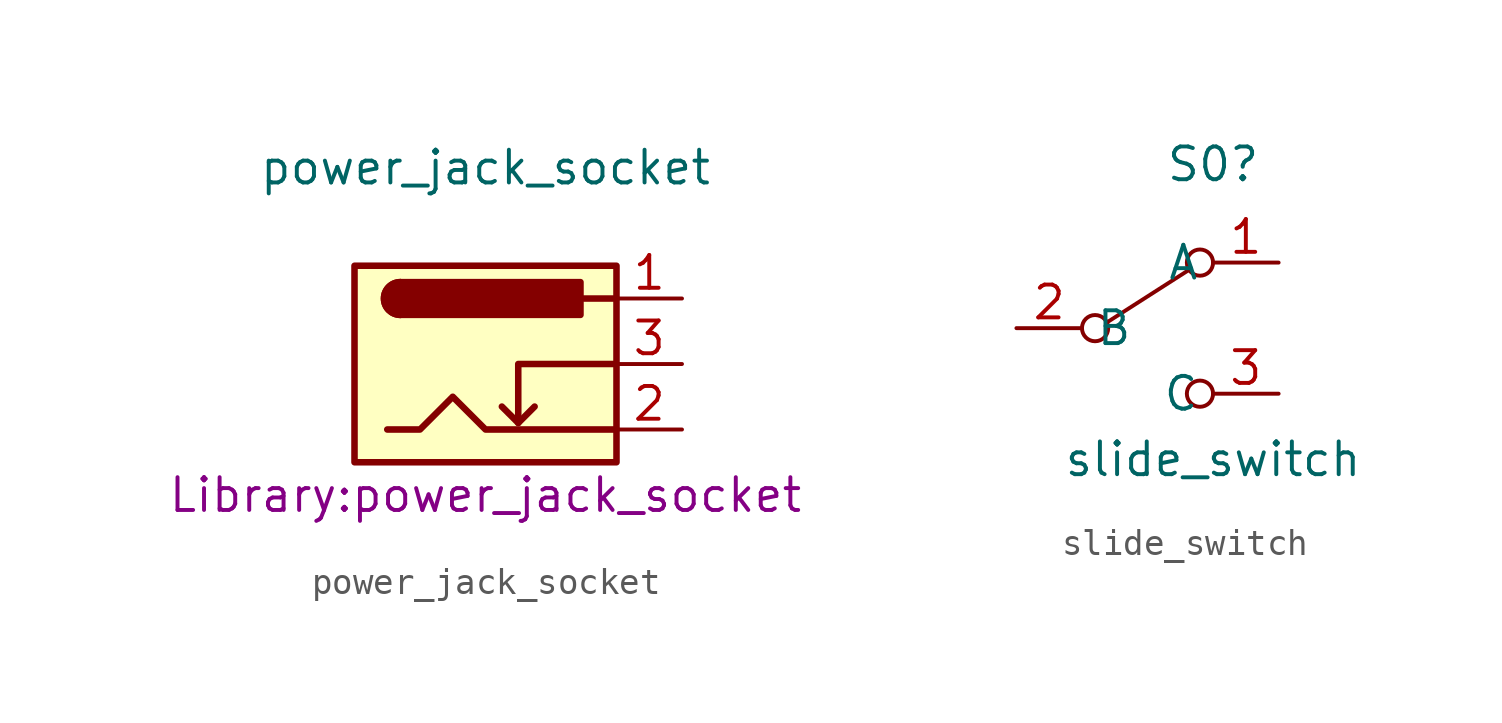
<source format=kicad_sym>
(kicad_symbol_lib
  (version 20211014)
  (generator kicad_symbol_editor)
  (symbol "power_jack_socket"
    (property "Reference" "J0"
      (at 0 3.81 0)
      (effects (font (size 1.27 1.27)) hide))
    (property "Value" "power_jack_socket"
      (at 0 6.35 0)
      (effects (font (size 1.27 1.27))))
    (property "Footprint" "Library:power_jack_socket"
      (at 0 -6.35 0)
      (effects (font (size 1.27 1.27))))
    (symbol "power_jack_socket_0_1"
      (rectangle (start -5.08 2.54) (end 5.08 -5.08) (stroke (width 0.254) (type default) (color 0 0 0 0)) (fill (type background)))
      (arc (start -3.302 1.905) (mid -3.937 1.27) (end -3.302 0.635) (stroke (width 0.254) (type default) (color 0 0 0 0)) (fill (type none)))
      (arc (start -3.302 1.905) (mid -3.937 1.27) (end -3.302 0.635) (stroke (width 0.254) (type default) (color 0 0 0 0)) (fill (type outline)))
      (polyline (pts (xy 1.27 -3.556) (xy 1.905 -2.921)) (stroke (width 0.254) (type default) (color 0 0 0 0)) (fill (type none)))
      (polyline (pts (xy 5.08 1.27) (xy 3.81 1.27)) (stroke (width 0.254) (type default) (color 0 0 0 0)) (fill (type none)))
      (polyline (pts (xy 5.08 -1.27) (xy 1.27 -1.27) (xy 1.27 -3.556) (xy 0.635 -2.921)) (stroke (width 0.254) (type default) (color 0 0 0 0)) (fill (type none)))
      (polyline (pts (xy -3.81 -3.81) (xy -2.54 -3.81) (xy -1.27 -2.54) (xy 0 -3.81) (xy 2.54 -3.81) (xy 5.08 -3.81)) (stroke (width 0.254) (type default) (color 0 0 0 0)) (fill (type none)))
      (rectangle (start 3.683 1.905) (end -3.302 0.635) (stroke (width 0.254) (type default) (color 0 0 0 0)) (fill (type outline))))
    (symbol "power_jack_socket_1_1"
      (pin passive line (at 7.62 1.27 180) (length 2.54) (name "~" (effects (font (size 1.27 1.27)))) (number "1" (effects (font (size 1.27 1.27)))))
      (pin passive line (at 7.62 -3.81 180) (length 2.54) (name "~" (effects (font (size 1.27 1.27)))) (number "2" (effects (font (size 1.27 1.27)))))
      (pin passive line (at 7.62 -1.27 180) (length 2.54) (name "~" (effects (font (size 1.27 1.27)))) (number "3" (effects (font (size 1.27 1.27)))))))
  (symbol "slide_switch"
    (property "Reference" "S0"
      (at 0 6.35 0)
      (effects (font (size 1.27 1.27))))
    (property "Value" "slide_switch"
      (at 0 -5.08 0)
      (effects (font (size 1.27 1.27))))
    (symbol "slide_switch_0_0"
      (circle (center -4.572 0) (radius 0.508) (stroke (width 0) (type default) (color 0 0 0 0)) (fill (type none)))
      (circle (center -0.508 -2.54) (radius 0.508) (stroke (width 0) (type default) (color 0 0 0 0)) (fill (type none))))
    (symbol "slide_switch_0_1"
      (circle (center -0.508 2.54) (radius 0.508) (stroke (width 0) (type default) (color 0 0 0 0)) (fill (type none)))
      (polyline (pts (xy -4.064 0.254) (xy -0.889 2.286)) (stroke (width 0) (type default) (color 0 0 0 0)) (fill (type none))))
    (symbol "slide_switch_1_1"
      (pin passive line (at 2.54 2.54 180) (length 2.54) (name "A" (effects (font (size 1.27 1.27)))) (number "1" (effects (font (size 1.27 1.27)))))
      (pin passive line (at -7.62 0 0) (length 2.54) (name "B" (effects (font (size 1.27 1.27)))) (number "2" (effects (font (size 1.27 1.27)))))
      (pin passive line (at 2.54 -2.54 180) (length 2.54) (name "C" (effects (font (size 1.27 1.27)))) (number "3" (effects (font (size 1.27 1.27))))))))
</source>
